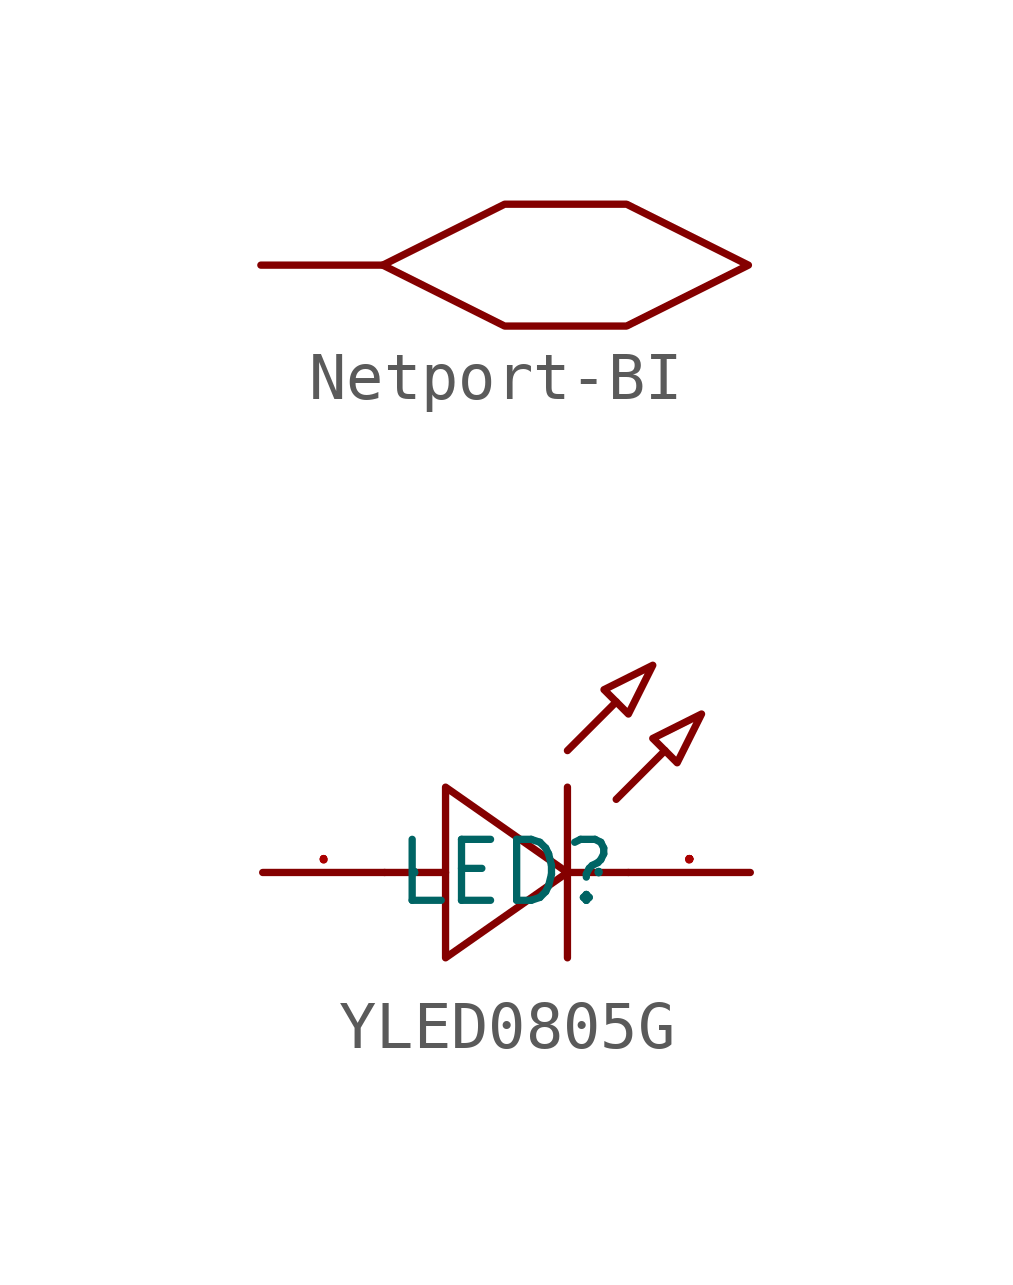
<source format=kicad_sym>
(kicad_symbol_lib
  (version 20241209)
  (generator "kicad_symbol_editor")
  (generator_version "9.0")
  (symbol "Netport-BI"
    (power)
    (pin_numbers
      (hide yes))
    (pin_names
      (hide yes))
    (property "Reference" "#PWR"
      (at 0 0 0)
      (effects (font (size 1.27 1.27)) (hide yes)))
    (property "Value" ""
      (at 0 0 0)
      (effects (font (size 1.27 1.27))))
    (symbol "Netport-BI_1_0"
      (polyline (pts (xy 2.54 0) (xy 5.08 1.27) (xy 7.62 1.27) (xy 10.16 0) (xy 7.62 -1.27) (xy 5.08 -1.27) (xy 2.54 0)) (stroke (width 0) (type default)) (fill (type none)))
      (pin bidirectional line (at 0 0 0) (length 2.54) (name "BI" (effects (font (size 0.025 0.025)))) (number "1" (effects (font (size 0.025 0.025)))))))
  (symbol "YLED0805G"
    (property "Reference" "LED"
      (at 0 0 0)
      (effects (font (size 1.27 1.27))))
    (property "Value" ""
      (at 0 0 0)
      (effects (font (size 1.27 1.27))))
    (symbol "YLED0805G_1_0"
      (polyline (pts (xy -2.54 0) (xy -1.27 0)) (stroke (width 0) (type default)) (fill (type none)))
      (polyline (pts (xy -1.27 1.778) (xy 1.27 0) (xy 1.27 0) (xy -1.27 -1.778) (xy -1.27 -1.778) (xy -1.27 1.778)) (stroke (width 0) (type default)) (fill (type none)))
      (polyline (pts (xy 1.27 2.54) (xy 2.286 3.556)) (stroke (width 0) (type default)) (fill (type none)))
      (polyline (pts (xy 1.27 1.778) (xy 1.27 -1.778)) (stroke (width 0) (type default)) (fill (type none)))
      (polyline (pts (xy 1.27 0) (xy 2.54 0)) (stroke (width 0) (type default)) (fill (type none)))
      (polyline (pts (xy 2.286 1.524) (xy 3.302 2.54)) (stroke (width 0) (type default)) (fill (type none)))
      (polyline (pts (xy 3.048 4.318) (xy 2.032 3.81) (xy 2.032 3.81) (xy 2.54 3.302) (xy 2.54 3.302) (xy 3.048 4.318)) (stroke (width 0) (type default)) (fill (type none)))
      (polyline (pts (xy 4.064 3.302) (xy 3.048 2.794) (xy 3.048 2.794) (xy 3.556 2.286) (xy 3.556 2.286) (xy 4.064 3.302)) (stroke (width 0) (type default)) (fill (type none)))
      (pin unspecified line (at -5.08 0 0) (length 2.54) (name "A" (effects (font (size 0.025 0.025)))) (number "1" (effects (font (size 0.025 0.025)))))
      (pin unspecified line (at 5.08 0 180) (length 2.54) (name "K" (effects (font (size 0.025 0.025)))) (number "2" (effects (font (size 0.025 0.025))))))))
</source>
